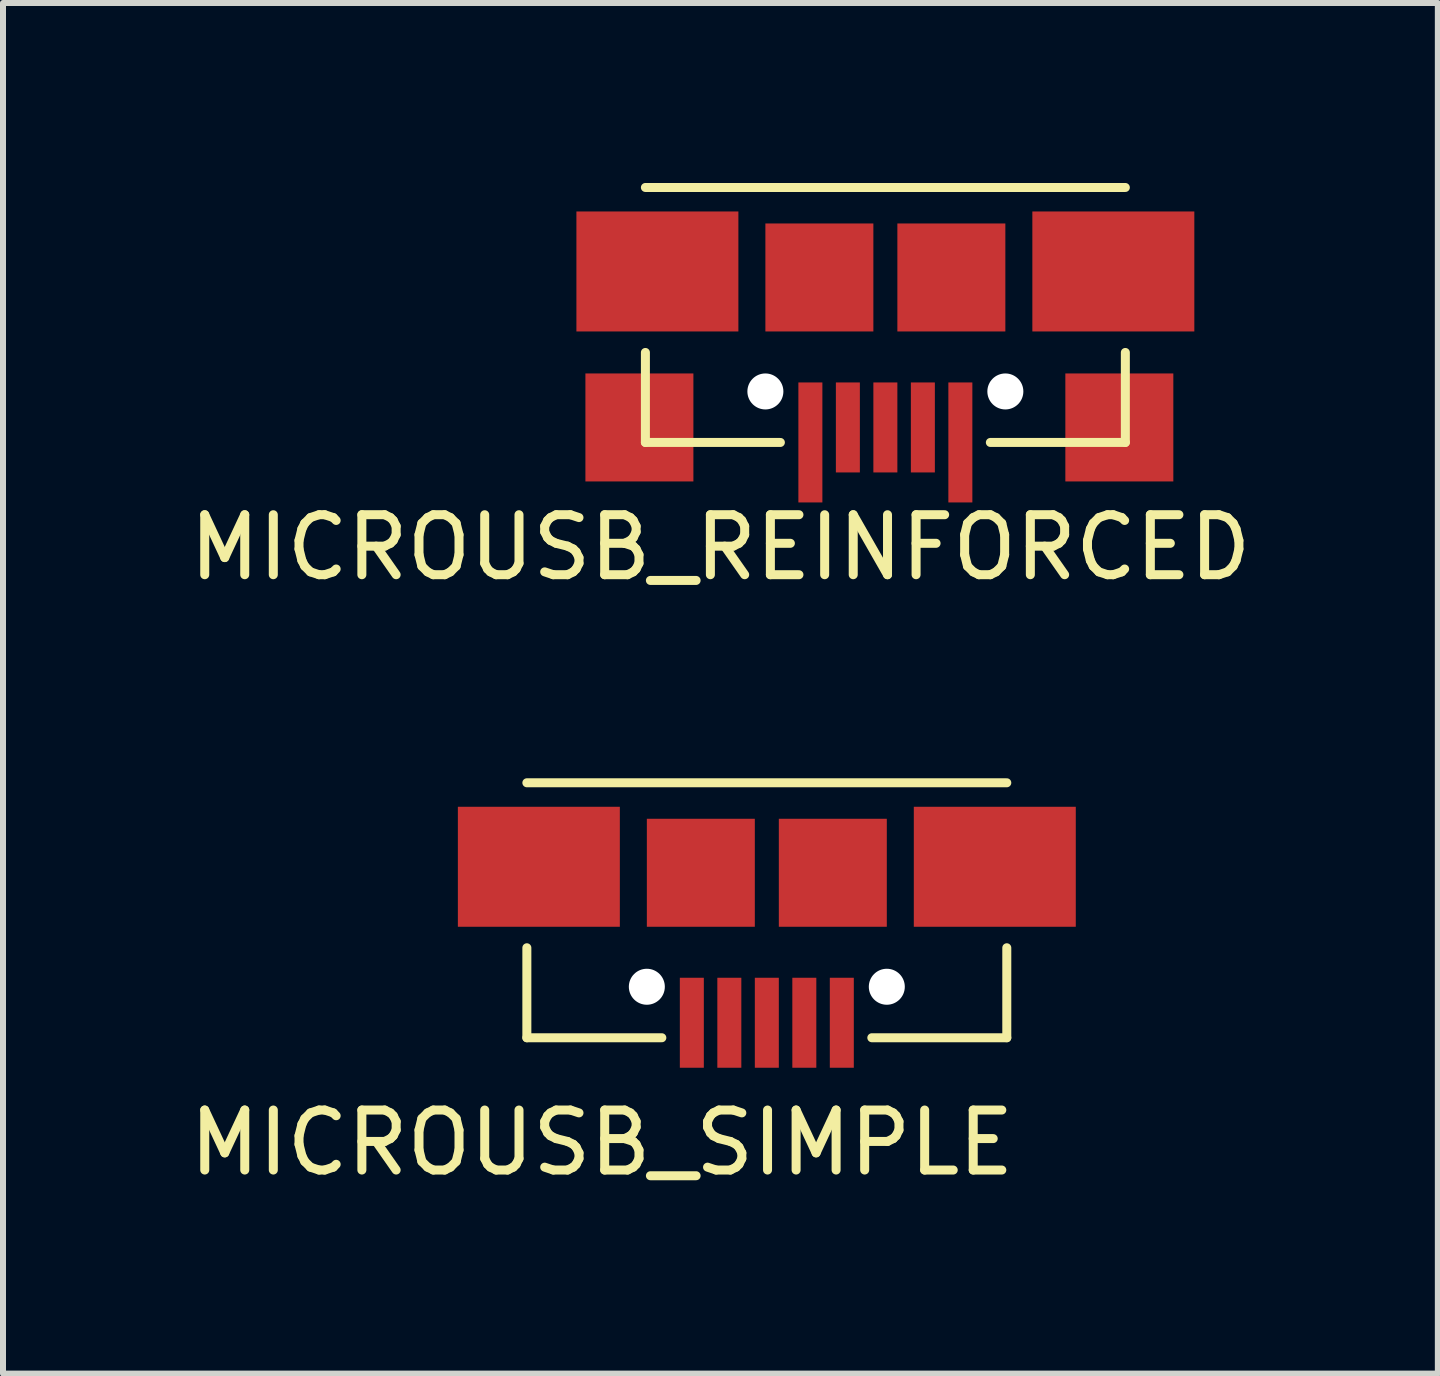
<source format=kicad_pcb>
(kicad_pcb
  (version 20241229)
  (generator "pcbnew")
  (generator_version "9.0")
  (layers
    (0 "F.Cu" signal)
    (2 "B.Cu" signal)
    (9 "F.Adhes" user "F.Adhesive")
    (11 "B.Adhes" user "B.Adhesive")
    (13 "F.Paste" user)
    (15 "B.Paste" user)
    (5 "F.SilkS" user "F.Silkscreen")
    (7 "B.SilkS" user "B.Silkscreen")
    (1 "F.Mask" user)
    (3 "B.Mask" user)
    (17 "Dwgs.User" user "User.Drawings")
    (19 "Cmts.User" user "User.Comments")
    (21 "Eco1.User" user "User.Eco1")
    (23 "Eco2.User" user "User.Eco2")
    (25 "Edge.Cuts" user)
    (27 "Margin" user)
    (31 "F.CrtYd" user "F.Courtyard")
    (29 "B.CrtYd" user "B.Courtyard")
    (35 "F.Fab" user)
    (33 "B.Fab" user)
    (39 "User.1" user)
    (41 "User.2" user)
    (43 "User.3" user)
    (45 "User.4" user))
  (footprint "MICROUSB_REINFORCED"
    (layer "F.Cu")
    (at 11.708 4.075)
    (property "Reference" "MICROUSB_REINFORCED" (at -2.75 2 0) (layer "F.SilkS") (effects (font (size 1 1) (thickness 0.15))))
    (attr through_hole)
    (fp_line (start -4 -4) (end 4 -4) (stroke (width 0.15) (type solid)) (layer "F.SilkS"))
    (fp_line (start -4 -1.25) (end -4 0.25) (stroke (width 0.15) (type solid)) (layer "F.SilkS"))
    (fp_line (start -1.75 0.25) (end -4 0.25) (stroke (width 0.15) (type solid)) (layer "F.SilkS"))
    (fp_line (start 1.75 0.25) (end 4 0.25) (stroke (width 0.15) (type solid)) (layer "F.SilkS"))
    (fp_line (start 4 0.25) (end 4 -1.25) (stroke (width 0.15) (type solid)) (layer "F.SilkS"))
    (pad "" np_thru_hole circle (at -2 -0.6) (size 0.6 0.6) (drill 0.6) (layers "*.Cu" "*.Mask"))
    (pad "" np_thru_hole circle (at 2 -0.6) (size 0.6 0.6) (drill 0.6) (layers "*.Cu" "*.Mask"))
    (pad "1" smd rect (at 1.25 0.25) (size 0.4 2) (layers "F.Cu" "F.Mask" "F.Paste"))
    (pad "2" smd rect (at 0.625 0) (size 0.4 1.5) (layers "F.Cu" "F.Mask" "F.Paste"))
    (pad "3" smd rect (at 0 0) (size 0.4 1.5) (layers "F.Cu" "F.Mask" "F.Paste"))
    (pad "4" smd rect (at -0.625 0) (size 0.4 1.5) (layers "F.Cu" "F.Mask" "F.Paste"))
    (pad "5" smd rect (at -1.25 0.25) (size 0.4 2) (layers "F.Cu" "F.Mask" "F.Paste"))
    (pad "6" smd rect (at -4.1 0) (size 1.8 1.8) (layers "F.Cu" "F.Mask" "F.Paste"))
    (pad "6" smd rect (at -3.8 -2.6) (size 2.7 2) (layers "F.Cu" "F.Mask" "F.Paste"))
    (pad "6" smd rect (at -1.1 -2.5) (size 1.8 1.8) (layers "F.Cu" "F.Mask" "F.Paste"))
    (pad "6" smd rect (at 1.1 -2.5) (size 1.8 1.8) (layers "F.Cu" "F.Mask" "F.Paste"))
    (pad "6" smd rect (at 3.8 -2.6) (size 2.7 2) (layers "F.Cu" "F.Mask" "F.Paste"))
    (pad "6" smd rect (at 3.9 0) (size 1.8 1.8) (layers "F.Cu" "F.Mask" "F.Paste")))
  (footprint "MICROUSB_SIMPLE"
    (layer "F.Cu")
    (at 9.732 13.998)
    (property "Reference" "MICROUSB_SIMPLE" (at -2.75 2 0) (layer "F.SilkS") (effects (font (size 1 1) (thickness 0.15))))
    (attr through_hole)
    (fp_line (start -4 -4) (end 4 -4) (stroke (width 0.15) (type solid)) (layer "F.SilkS"))
    (fp_line (start -4 -1.25) (end -4 0.25) (stroke (width 0.15) (type solid)) (layer "F.SilkS"))
    (fp_line (start -1.75 0.25) (end -4 0.25) (stroke (width 0.15) (type solid)) (layer "F.SilkS"))
    (fp_line (start 1.75 0.25) (end 4 0.25) (stroke (width 0.15) (type solid)) (layer "F.SilkS"))
    (fp_line (start 4 0.25) (end 4 -1.25) (stroke (width 0.15) (type solid)) (layer "F.SilkS"))
    (pad "" np_thru_hole circle (at -2 -0.6) (size 0.6 0.6) (drill 0.6) (layers "*.Cu" "*.Mask"))
    (pad "" np_thru_hole circle (at 2 -0.6) (size 0.6 0.6) (drill 0.6) (layers "*.Cu" "*.Mask"))
    (pad "1" smd rect (at 1.25 0) (size 0.4 1.5) (layers "F.Cu" "F.Mask" "F.Paste"))
    (pad "2" smd rect (at 0.625 0) (size 0.4 1.5) (layers "F.Cu" "F.Mask" "F.Paste"))
    (pad "3" smd rect (at 0 0) (size 0.4 1.5) (layers "F.Cu" "F.Mask" "F.Paste"))
    (pad "4" smd rect (at -0.625 0) (size 0.4 1.5) (layers "F.Cu" "F.Mask" "F.Paste"))
    (pad "5" smd rect (at -1.25 0) (size 0.4 1.5) (layers "F.Cu" "F.Mask" "F.Paste"))
    (pad "6" smd rect (at -3.8 -2.6) (size 2.7 2) (layers "F.Cu" "F.Mask" "F.Paste"))
    (pad "6" smd rect (at -1.1 -2.5) (size 1.8 1.8) (layers "F.Cu" "F.Mask" "F.Paste"))
    (pad "6" smd rect (at 1.1 -2.5) (size 1.8 1.8) (layers "F.Cu" "F.Mask" "F.Paste"))
    (pad "6" smd rect (at 3.8 -2.6) (size 2.7 2) (layers "F.Cu" "F.Mask" "F.Paste")))
  (gr_rect
    (start -3 -3)
    (end 20.917 19.846)
    (stroke (width 0.1) (type default))
    (fill no)
    (layer "Edge.Cuts")))
</source>
